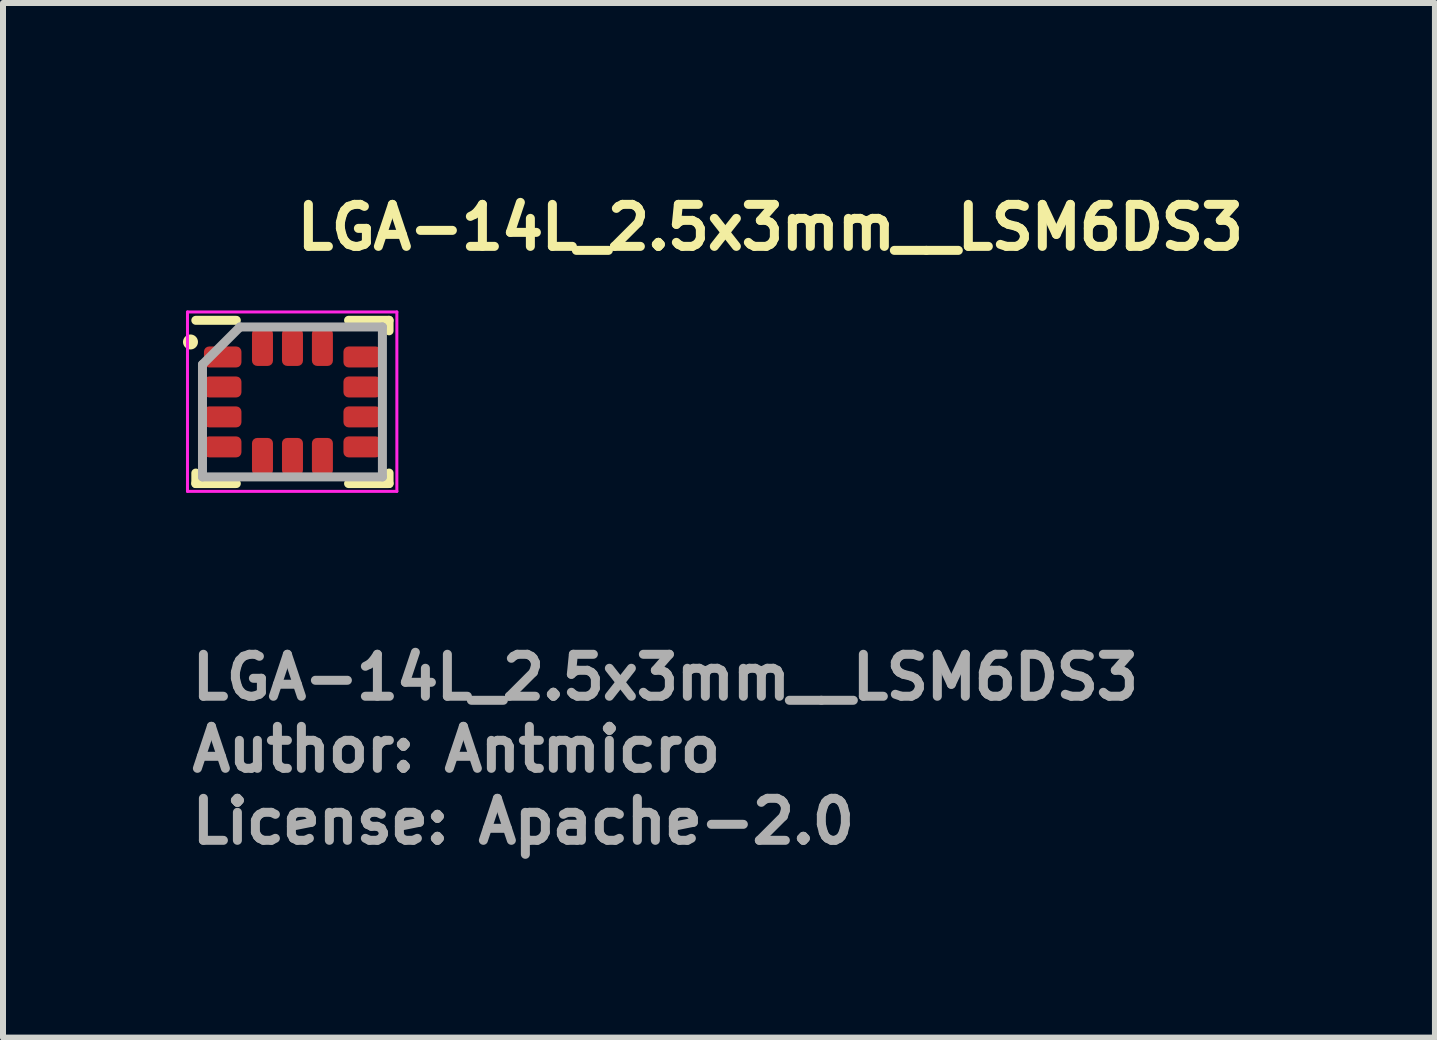
<source format=kicad_pcb>
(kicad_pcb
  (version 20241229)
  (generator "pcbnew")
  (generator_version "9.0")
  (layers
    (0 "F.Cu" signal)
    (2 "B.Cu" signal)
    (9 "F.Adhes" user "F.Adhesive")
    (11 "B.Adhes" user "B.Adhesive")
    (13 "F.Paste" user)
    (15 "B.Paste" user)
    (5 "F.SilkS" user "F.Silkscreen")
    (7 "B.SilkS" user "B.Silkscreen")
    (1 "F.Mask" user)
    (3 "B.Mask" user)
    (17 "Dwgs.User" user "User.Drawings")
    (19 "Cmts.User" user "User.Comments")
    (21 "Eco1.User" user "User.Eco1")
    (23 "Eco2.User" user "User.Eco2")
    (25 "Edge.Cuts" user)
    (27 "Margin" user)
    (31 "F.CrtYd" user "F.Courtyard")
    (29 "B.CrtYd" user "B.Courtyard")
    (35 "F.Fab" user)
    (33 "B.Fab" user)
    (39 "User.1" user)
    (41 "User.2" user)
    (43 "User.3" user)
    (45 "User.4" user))
  (footprint "LGA-14L_2.5x3mm__LSM6DS3"
    (layer "F.Cu")
    (at 1.825 3.65)
    (property "Reference" "LGA-14L_2.5x3mm__LSM6DS3" (at 0 -2.5 0) (layer "F.SilkS") (effects (font (size 0.7 0.7) (thickness 0.15)) (justify left bottom)))
    (attr smd)
    (fp_line (start -1.611 1.36) (end -1.611 1.185) (stroke (width 0.15) (type solid)) (layer "F.SilkS"))
    (fp_line (start -0.936 -1.361) (end -1.611 -1.361) (stroke (width 0.15) (type solid)) (layer "F.SilkS"))
    (fp_line (start -0.936 1.36) (end -1.611 1.36) (stroke (width 0.15) (type solid)) (layer "F.SilkS"))
    (fp_line (start 0.935 -1.361) (end 1.61 -1.361) (stroke (width 0.15) (type solid)) (layer "F.SilkS"))
    (fp_line (start 0.935 1.36) (end 1.61 1.36) (stroke (width 0.15) (type solid)) (layer "F.SilkS"))
    (fp_line (start 1.61 -1.361) (end 1.61 -1.186) (stroke (width 0.15) (type solid)) (layer "F.SilkS"))
    (fp_line (start 1.61 1.36) (end 1.61 1.185) (stroke (width 0.15) (type solid)) (layer "F.SilkS"))
    (fp_circle (center -1.7 -1) (end -1.65 -1) (stroke (width 0.15) (type solid)) (fill yes) (layer "F.SilkS"))
    (fp_line (start -1.75 -1.5) (end -1.75 1.49) (stroke (width 0.05) (type solid)) (layer "F.CrtYd"))
    (fp_line (start -1.75 1.49) (end 1.74 1.49) (stroke (width 0.05) (type solid)) (layer "F.CrtYd"))
    (fp_line (start 1.74 -1.5) (end -1.75 -1.5) (stroke (width 0.05) (type solid)) (layer "F.CrtYd"))
    (fp_line (start 1.74 1.49) (end 1.74 -1.5) (stroke (width 0.05) (type solid)) (layer "F.CrtYd"))
    (fp_line (start -1.5 -0.625) (end -0.875 -1.25) (stroke (width 0.15) (type solid)) (layer "F.Fab"))
    (fp_line (start -1.5 1.249) (end -1.5 -0.625) (stroke (width 0.15) (type solid)) (layer "F.Fab"))
    (fp_line (start -0.875 -1.25) (end 1.499 -1.25) (stroke (width 0.15) (type solid)) (layer "F.Fab"))
    (fp_line (start 1.499 -1.25) (end 1.499 1.249) (stroke (width 0.15) (type solid)) (layer "F.Fab"))
    (fp_line (start 1.499 1.249) (end -1.5 1.249) (stroke (width 0.15) (type solid)) (layer "F.Fab"))
    (fp_line (start -1.5 -1.2) (end -1.5 1.2) (stroke (width 0.01) (type solid)) (layer "User.9"))
    (fp_line (start -1.5 1.2) (end -1.5 1.203) (stroke (width 0.01) (type solid)) (layer "User.9"))
    (fp_line (start -1.5 -1.203) (end -1.5 -1.2) (stroke (width 0.01) (type solid)) (layer "User.9"))
    (fp_line (start -1.5 1.203) (end -1.5 1.205) (stroke (width 0.01) (type solid)) (layer "User.9"))
    (fp_line (start -1.5 -1.205) (end -1.5 -1.203) (stroke (width 0.01) (type solid)) (layer "User.9"))
    (fp_line (start -1.5 1.205) (end -1.499 1.208) (stroke (width 0.01) (type solid)) (layer "User.9"))
    (fp_line (start -1.499 -1.208) (end -1.5 -1.205) (stroke (width 0.01) (type solid)) (layer "User.9"))
    (fp_line (start -1.499 1.208) (end -1.499 1.21) (stroke (width 0.01) (type solid)) (layer "User.9"))
    (fp_line (start -1.499 -1.21) (end -1.499 -1.208) (stroke (width 0.01) (type solid)) (layer "User.9"))
    (fp_line (start -1.499 1.21) (end -1.498 1.212) (stroke (width 0.01) (type solid)) (layer "User.9"))
    (fp_line (start -1.498 -1.212) (end -1.499 -1.21) (stroke (width 0.01) (type solid)) (layer "User.9"))
    (fp_line (start -1.498 1.212) (end -1.498 1.215) (stroke (width 0.01) (type solid)) (layer "User.9"))
    (fp_line (start -1.498 -1.215) (end -1.498 -1.212) (stroke (width 0.01) (type solid)) (layer "User.9"))
    (fp_line (start -1.498 1.215) (end -1.497 1.217) (stroke (width 0.01) (type solid)) (layer "User.9"))
    (fp_line (start -1.497 -1.217) (end -1.498 -1.215) (stroke (width 0.01) (type solid)) (layer "User.9"))
    (fp_line (start -1.497 1.217) (end -1.496 1.219) (stroke (width 0.01) (type solid)) (layer "User.9"))
    (fp_line (start -1.496 -1.219) (end -1.497 -1.217) (stroke (width 0.01) (type solid)) (layer "User.9"))
    (fp_line (start -1.496 1.219) (end -1.495 1.222) (stroke (width 0.01) (type solid)) (layer "User.9"))
    (fp_line (start -1.495 -1.222) (end -1.496 -1.219) (stroke (width 0.01) (type solid)) (layer "User.9"))
    (fp_line (start -1.495 1.222) (end -1.494 1.224) (stroke (width 0.01) (type solid)) (layer "User.9"))
    (fp_line (start -1.494 -1.224) (end -1.495 -1.222) (stroke (width 0.01) (type solid)) (layer "User.9"))
    (fp_line (start -1.494 1.224) (end -1.493 1.226) (stroke (width 0.01) (type solid)) (layer "User.9"))
    (fp_line (start -1.493 -1.226) (end -1.494 -1.224) (stroke (width 0.01) (type solid)) (layer "User.9"))
    (fp_line (start -1.493 1.226) (end -1.491 1.228) (stroke (width 0.01) (type solid)) (layer "User.9"))
    (fp_line (start -1.491 -1.228) (end -1.493 -1.226) (stroke (width 0.01) (type solid)) (layer "User.9"))
    (fp_line (start -1.491 1.228) (end -1.49 1.23) (stroke (width 0.01) (type solid)) (layer "User.9"))
    (fp_line (start -1.49 -1.23) (end -1.491 -1.228) (stroke (width 0.01) (type solid)) (layer "User.9"))
    (fp_line (start -1.49 1.23) (end -1.489 1.232) (stroke (width 0.01) (type solid)) (layer "User.9"))
    (fp_line (start -1.489 -1.232) (end -1.49 -1.23) (stroke (width 0.01) (type solid)) (layer "User.9"))
    (fp_line (start -1.489 1.232) (end -1.487 1.234) (stroke (width 0.01) (type solid)) (layer "User.9"))
    (fp_line (start -1.487 -1.234) (end -1.489 -1.232) (stroke (width 0.01) (type solid)) (layer "User.9"))
    (fp_line (start -1.487 1.234) (end -1.485 1.235) (stroke (width 0.01) (type solid)) (layer "User.9"))
    (fp_line (start -1.485 -1.235) (end -1.487 -1.234) (stroke (width 0.01) (type solid)) (layer "User.9"))
    (fp_line (start -1.485 1.235) (end -1.484 1.237) (stroke (width 0.01) (type solid)) (layer "User.9"))
    (fp_line (start -1.484 -1.237) (end -1.485 -1.235) (stroke (width 0.01) (type solid)) (layer "User.9"))
    (fp_line (start -1.484 1.237) (end -1.482 1.239) (stroke (width 0.01) (type solid)) (layer "User.9"))
    (fp_line (start -1.482 -1.239) (end -1.484 -1.237) (stroke (width 0.01) (type solid)) (layer "User.9"))
    (fp_line (start -1.482 1.239) (end -1.48 1.24) (stroke (width 0.01) (type solid)) (layer "User.9"))
    (fp_line (start -1.48 -1.24) (end -1.482 -1.239) (stroke (width 0.01) (type solid)) (layer "User.9"))
    (fp_line (start -1.48 1.24) (end -1.478 1.241) (stroke (width 0.01) (type solid)) (layer "User.9"))
    (fp_line (start -1.478 -1.241) (end -1.48 -1.24) (stroke (width 0.01) (type solid)) (layer "User.9"))
    (fp_line (start -1.478 1.241) (end -1.476 1.243) (stroke (width 0.01) (type solid)) (layer "User.9"))
    (fp_line (start -1.476 -1.243) (end -1.478 -1.241) (stroke (width 0.01) (type solid)) (layer "User.9"))
    (fp_line (start -1.476 1.243) (end -1.474 1.244) (stroke (width 0.01) (type solid)) (layer "User.9"))
    (fp_line (start -1.474 -1.244) (end -1.476 -1.243) (stroke (width 0.01) (type solid)) (layer "User.9"))
    (fp_line (start -1.474 1.244) (end -1.472 1.245) (stroke (width 0.01) (type solid)) (layer "User.9"))
    (fp_line (start -1.472 -1.245) (end -1.474 -1.244) (stroke (width 0.01) (type solid)) (layer "User.9"))
    (fp_line (start -1.472 1.245) (end -1.469 1.246) (stroke (width 0.01) (type solid)) (layer "User.9"))
    (fp_line (start -1.469 -1.246) (end -1.472 -1.245) (stroke (width 0.01) (type solid)) (layer "User.9"))
    (fp_line (start -1.469 1.246) (end -1.467 1.247) (stroke (width 0.01) (type solid)) (layer "User.9"))
    (fp_line (start -1.467 -1.247) (end -1.469 -1.246) (stroke (width 0.01) (type solid)) (layer "User.9"))
    (fp_line (start -1.467 1.247) (end -1.465 1.248) (stroke (width 0.01) (type solid)) (layer "User.9"))
    (fp_line (start -1.465 -1.248) (end -1.467 -1.247) (stroke (width 0.01) (type solid)) (layer "User.9"))
    (fp_line (start -1.465 1.248) (end -1.462 1.248) (stroke (width 0.01) (type solid)) (layer "User.9"))
    (fp_line (start -1.462 -1.248) (end -1.465 -1.248) (stroke (width 0.01) (type solid)) (layer "User.9"))
    (fp_line (start -1.462 1.248) (end -1.46 1.249) (stroke (width 0.01) (type solid)) (layer "User.9"))
    (fp_line (start -1.46 -1.249) (end -1.462 -1.248) (stroke (width 0.01) (type solid)) (layer "User.9"))
    (fp_line (start -1.46 1.249) (end -1.458 1.249) (stroke (width 0.01) (type solid)) (layer "User.9"))
    (fp_line (start -1.458 -1.249) (end -1.46 -1.249) (stroke (width 0.01) (type solid)) (layer "User.9"))
    (fp_line (start -1.458 1.249) (end -1.455 1.25) (stroke (width 0.01) (type solid)) (layer "User.9"))
    (fp_line (start -1.455 -1.25) (end -1.458 -1.249) (stroke (width 0.01) (type solid)) (layer "User.9"))
    (fp_line (start -1.455 1.25) (end -1.453 1.25) (stroke (width 0.01) (type solid)) (layer "User.9"))
    (fp_line (start -1.453 -1.25) (end -1.455 -1.25) (stroke (width 0.01) (type solid)) (layer "User.9"))
    (fp_line (start -1.453 1.25) (end -1.45 1.25) (stroke (width 0.01) (type solid)) (layer "User.9"))
    (fp_line (start -1.45 -1.25) (end -1.453 -1.25) (stroke (width 0.01) (type solid)) (layer "User.9"))
    (fp_line (start -1.45 1.25) (end 1.45 1.25) (stroke (width 0.01) (type solid)) (layer "User.9"))
    (fp_line (start -1.1 -0.75) (end -1.1 -0.75) (stroke (width 0.01) (type solid)) (layer "User.9"))
    (fp_line (start -1.1 -0.75) (end -1.1 -0.743) (stroke (width 0.01) (type solid)) (layer "User.9"))
    (fp_line (start -1.1 -0.757) (end -1.1 -0.75) (stroke (width 0.01) (type solid)) (layer "User.9"))
    (fp_line (start -1.1 -0.743) (end -1.099 -0.735) (stroke (width 0.01) (type solid)) (layer "User.9"))
    (fp_line (start -1.099 -0.765) (end -1.1 -0.757) (stroke (width 0.01) (type solid)) (layer "User.9"))
    (fp_line (start -1.099 -0.735) (end -1.098 -0.728) (stroke (width 0.01) (type solid)) (layer "User.9"))
    (fp_line (start -1.098 -0.772) (end -1.099 -0.765) (stroke (width 0.01) (type solid)) (layer "User.9"))
    (fp_line (start -1.098 -0.728) (end -1.097 -0.721) (stroke (width 0.01) (type solid)) (layer "User.9"))
    (fp_line (start -1.097 -0.779) (end -1.098 -0.772) (stroke (width 0.01) (type solid)) (layer "User.9"))
    (fp_line (start -1.097 -0.721) (end -1.095 -0.713) (stroke (width 0.01) (type solid)) (layer "User.9"))
    (fp_line (start -1.095 -0.787) (end -1.097 -0.779) (stroke (width 0.01) (type solid)) (layer "User.9"))
    (fp_line (start -1.095 -0.713) (end -1.094 -0.706) (stroke (width 0.01) (type solid)) (layer "User.9"))
    (fp_line (start -1.094 -0.794) (end -1.095 -0.787) (stroke (width 0.01) (type solid)) (layer "User.9"))
    (fp_line (start -1.094 -0.706) (end -1.091 -0.699) (stroke (width 0.01) (type solid)) (layer "User.9"))
    (fp_line (start -1.091 -0.801) (end -1.094 -0.794) (stroke (width 0.01) (type solid)) (layer "User.9"))
    (fp_line (start -1.091 -0.699) (end -1.089 -0.693) (stroke (width 0.01) (type solid)) (layer "User.9"))
    (fp_line (start -1.089 -0.807) (end -1.091 -0.801) (stroke (width 0.01) (type solid)) (layer "User.9"))
    (fp_line (start -1.089 -0.693) (end -1.086 -0.686) (stroke (width 0.01) (type solid)) (layer "User.9"))
    (fp_line (start -1.086 -0.814) (end -1.089 -0.807) (stroke (width 0.01) (type solid)) (layer "User.9"))
    (fp_line (start -1.086 -0.686) (end -1.082 -0.679) (stroke (width 0.01) (type solid)) (layer "User.9"))
    (fp_line (start -1.082 -0.821) (end -1.086 -0.814) (stroke (width 0.01) (type solid)) (layer "User.9"))
    (fp_line (start -1.082 -0.679) (end -1.079 -0.673) (stroke (width 0.01) (type solid)) (layer "User.9"))
    (fp_line (start -1.079 -0.827) (end -1.082 -0.821) (stroke (width 0.01) (type solid)) (layer "User.9"))
    (fp_line (start -1.079 -0.673) (end -1.075 -0.667) (stroke (width 0.01) (type solid)) (layer "User.9"))
    (fp_line (start -1.075 -0.833) (end -1.079 -0.827) (stroke (width 0.01) (type solid)) (layer "User.9"))
    (fp_line (start -1.075 -0.667) (end -1.071 -0.661) (stroke (width 0.01) (type solid)) (layer "User.9"))
    (fp_line (start -1.071 -0.839) (end -1.075 -0.833) (stroke (width 0.01) (type solid)) (layer "User.9"))
    (fp_line (start -1.071 -0.661) (end -1.066 -0.655) (stroke (width 0.01) (type solid)) (layer "User.9"))
    (fp_line (start -1.066 -0.845) (end -1.071 -0.839) (stroke (width 0.01) (type solid)) (layer "User.9"))
    (fp_line (start -1.066 -0.655) (end -1.061 -0.649) (stroke (width 0.01) (type solid)) (layer "User.9"))
    (fp_line (start -1.061 -0.851) (end -1.066 -0.845) (stroke (width 0.01) (type solid)) (layer "User.9"))
    (fp_line (start -1.061 -0.649) (end -1.056 -0.644) (stroke (width 0.01) (type solid)) (layer "User.9"))
    (fp_line (start -1.056 -0.856) (end -1.061 -0.851) (stroke (width 0.01) (type solid)) (layer "User.9"))
    (fp_line (start -1.056 -0.856) (end -1.056 -0.856) (stroke (width 0.01) (type solid)) (layer "User.9"))
    (fp_line (start -1.056 -0.644) (end -1.056 -0.644) (stroke (width 0.01) (type solid)) (layer "User.9"))
    (fp_line (start -1.056 -0.644) (end -1.051 -0.639) (stroke (width 0.01) (type solid)) (layer "User.9"))
    (fp_line (start -1.051 -0.639) (end -1.045 -0.634) (stroke (width 0.01) (type solid)) (layer "User.9"))
    (fp_line (start -1.051 -0.861) (end -1.056 -0.856) (stroke (width 0.01) (type solid)) (layer "User.9"))
    (fp_line (start -1.045 -0.634) (end -1.039 -0.629) (stroke (width 0.01) (type solid)) (layer "User.9"))
    (fp_line (start -1.045 -0.866) (end -1.051 -0.861) (stroke (width 0.01) (type solid)) (layer "User.9"))
    (fp_line (start -1.039 -0.871) (end -1.045 -0.866) (stroke (width 0.01) (type solid)) (layer "User.9"))
    (fp_line (start -1.039 -0.629) (end -1.033 -0.625) (stroke (width 0.01) (type solid)) (layer "User.9"))
    (fp_line (start -1.033 -0.875) (end -1.039 -0.871) (stroke (width 0.01) (type solid)) (layer "User.9"))
    (fp_line (start -1.033 -0.625) (end -1.027 -0.621) (stroke (width 0.01) (type solid)) (layer "User.9"))
    (fp_line (start -1.027 -0.879) (end -1.033 -0.875) (stroke (width 0.01) (type solid)) (layer "User.9"))
    (fp_line (start -1.027 -0.621) (end -1.021 -0.618) (stroke (width 0.01) (type solid)) (layer "User.9"))
    (fp_line (start -1.021 -0.882) (end -1.027 -0.879) (stroke (width 0.01) (type solid)) (layer "User.9"))
    (fp_line (start -1.021 -0.618) (end -1.014 -0.614) (stroke (width 0.01) (type solid)) (layer "User.9"))
    (fp_line (start -1.014 -0.886) (end -1.021 -0.882) (stroke (width 0.01) (type solid)) (layer "User.9"))
    (fp_line (start -1.014 -0.614) (end -1.007 -0.611) (stroke (width 0.01) (type solid)) (layer "User.9"))
    (fp_line (start -1.007 -0.889) (end -1.014 -0.886) (stroke (width 0.01) (type solid)) (layer "User.9"))
    (fp_line (start -1.007 -0.611) (end -1 -0.609) (stroke (width 0.01) (type solid)) (layer "User.9"))
    (fp_line (start -1.001 -0.891) (end -1.007 -0.889) (stroke (width 0.01) (type solid)) (layer "User.9"))
    (fp_line (start -1 -0.609) (end -0.993 -0.606) (stroke (width 0.01) (type solid)) (layer "User.9"))
    (fp_line (start -0.994 -0.894) (end -1.001 -0.891) (stroke (width 0.01) (type solid)) (layer "User.9"))
    (fp_line (start -0.993 -0.606) (end -0.986 -0.604) (stroke (width 0.01) (type solid)) (layer "User.9"))
    (fp_line (start -0.987 -0.895) (end -0.994 -0.894) (stroke (width 0.01) (type solid)) (layer "User.9"))
    (fp_line (start -0.986 -0.604) (end -0.979 -0.603) (stroke (width 0.01) (type solid)) (layer "User.9"))
    (fp_line (start -0.979 -0.897) (end -0.987 -0.895) (stroke (width 0.01) (type solid)) (layer "User.9"))
    (fp_line (start -0.979 -0.603) (end -0.972 -0.602) (stroke (width 0.01) (type solid)) (layer "User.9"))
    (fp_line (start -0.972 -0.898) (end -0.979 -0.897) (stroke (width 0.01) (type solid)) (layer "User.9"))
    (fp_line (start -0.972 -0.602) (end -0.965 -0.601) (stroke (width 0.01) (type solid)) (layer "User.9"))
    (fp_line (start -0.965 -0.899) (end -0.972 -0.898) (stroke (width 0.01) (type solid)) (layer "User.9"))
    (fp_line (start -0.965 -0.601) (end -0.957 -0.6) (stroke (width 0.01) (type solid)) (layer "User.9"))
    (fp_line (start -0.957 -0.9) (end -0.965 -0.899) (stroke (width 0.01) (type solid)) (layer "User.9"))
    (fp_line (start -0.957 -0.6) (end -0.95 -0.6) (stroke (width 0.01) (type solid)) (layer "User.9"))
    (fp_line (start -0.95 -0.9) (end -0.957 -0.9) (stroke (width 0.01) (type solid)) (layer "User.9"))
    (fp_line (start -0.95 -0.751) (end -0.95 -0.749) (stroke (width 0.01) (type solid)) (layer "User.9"))
    (fp_line (start -0.95 -0.749) (end -0.95 -0.749) (stroke (width 0.01) (type solid)) (layer "User.9"))
    (fp_line (start -0.95 -0.6) (end -0.942 -0.6) (stroke (width 0.01) (type solid)) (layer "User.9"))
    (fp_line (start -0.95 -0.751) (end -0.95 -0.751) (stroke (width 0.01) (type solid)) (layer "User.9"))
    (fp_line (start -0.95 -0.749) (end -0.95 -0.749) (stroke (width 0.01) (type solid)) (layer "User.9"))
    (fp_line (start -0.95 -0.751) (end -0.95 -0.751) (stroke (width 0.01) (type solid)) (layer "User.9"))
    (fp_line (start -0.95 -0.749) (end -0.95 -0.749) (stroke (width 0.01) (type solid)) (layer "User.9"))
    (fp_line (start -0.95 -0.751) (end -0.95 -0.751) (stroke (width 0.01) (type solid)) (layer "User.9"))
    (fp_line (start -0.95 -0.749) (end -0.95 -0.749) (stroke (width 0.01) (type solid)) (layer "User.9"))
    (fp_line (start -0.95 -0.751) (end -0.95 -0.751) (stroke (width 0.01) (type solid)) (layer "User.9"))
    (fp_line (start -0.95 -0.749) (end -0.949 -0.749) (stroke (width 0.01) (type solid)) (layer "User.9"))
    (fp_line (start -0.949 -0.751) (end -0.95 -0.751) (stroke (width 0.01) (type solid)) (layer "User.9"))
    (fp_line (start -0.949 -0.749) (end -0.949 -0.749) (stroke (width 0.01) (type solid)) (layer "User.9"))
    (fp_line (start -0.949 -0.751) (end -0.949 -0.751) (stroke (width 0.01) (type solid)) (layer "User.9"))
    (fp_line (start -0.949 -0.749) (end -0.949 -0.749) (stroke (width 0.01) (type solid)) (layer "User.9"))
    (fp_line (start -0.949 -0.751) (end -0.949 -0.751) (stroke (width 0.01) (type solid)) (layer "User.9"))
    (fp_line (start -0.949 -0.749) (end -0.949 -0.75) (stroke (width 0.01) (type solid)) (layer "User.9"))
    (fp_line (start -0.949 -0.751) (end -0.949 -0.751) (stroke (width 0.01) (type solid)) (layer "User.9"))
    (fp_line (start -0.949 -0.75) (end -0.949 -0.75) (stroke (width 0.01) (type solid)) (layer "User.9"))
    (fp_line (start -0.949 -0.75) (end -0.949 -0.751) (stroke (width 0.01) (type solid)) (layer "User.9"))
    (fp_line (start -0.949 -0.75) (end -0.949 -0.75) (stroke (width 0.01) (type solid)) (layer "User.9"))
    (fp_line (start -0.949 -0.75) (end -0.949 -0.75) (stroke (width 0.01) (type solid)) (layer "User.9"))
    (fp_line (start -0.949 -0.75) (end -0.949 -0.75) (stroke (width 0.01) (type solid)) (layer "User.9"))
    (fp_line (start -0.949 -0.75) (end -0.949 -0.75) (stroke (width 0.01) (type solid)) (layer "User.9"))
    (fp_line (start -0.949 -0.75) (end -0.949 -0.75) (stroke (width 0.01) (type solid)) (layer "User.9"))
    (fp_line (start -0.949 -0.75) (end -0.949 -0.75) (stroke (width 0.01) (type solid)) (layer "User.9"))
    (fp_line (start -0.949 -0.75) (end -0.949 -0.75) (stroke (width 0.01) (type solid)) (layer "User.9"))
    (fp_line (start -0.949 -0.75) (end -0.949 -0.75) (stroke (width 0.01) (type solid)) (layer "User.9"))
    (fp_line (start -0.949 -0.75) (end -0.949 -0.75) (stroke (width 0.01) (type solid)) (layer "User.9"))
    (fp_line (start -0.949 -0.75) (end -0.949 -0.75) (stroke (width 0.01) (type solid)) (layer "User.9"))
    (fp_line (start -0.949 -0.75) (end -0.949 -0.75) (stroke (width 0.01) (type solid)) (layer "User.9"))
    (fp_line (start -0.949 -0.75) (end -0.949 -0.75) (stroke (width 0.01) (type solid)) (layer "User.9"))
    (fp_line (start -0.949 -0.75) (end -0.949 -0.75) (stroke (width 0.01) (type solid)) (layer "User.9"))
    (fp_line (start -0.949 -0.75) (end -0.949 -0.75) (stroke (width 0.01) (type solid)) (layer "User.9"))
    (fp_line (start -0.943 -0.9) (end -0.95 -0.9) (stroke (width 0.01) (type solid)) (layer "User.9"))
    (fp_line (start -0.942 -0.6) (end -0.935 -0.601) (stroke (width 0.01) (type solid)) (layer "User.9"))
    (fp_line (start -0.935 -0.899) (end -0.943 -0.9) (stroke (width 0.01) (type solid)) (layer "User.9"))
    (fp_line (start -0.935 -0.601) (end -0.928 -0.602) (stroke (width 0.01) (type solid)) (layer "User.9"))
    (fp_line (start -0.928 -0.898) (end -0.935 -0.899) (stroke (width 0.01) (type solid)) (layer "User.9"))
    (fp_line (start -0.928 -0.602) (end -0.92 -0.603) (stroke (width 0.01) (type solid)) (layer "User.9"))
    (fp_line (start -0.921 -0.897) (end -0.928 -0.898) (stroke (width 0.01) (type solid)) (layer "User.9"))
    (fp_line (start -0.92 -0.603) (end -0.913 -0.605) (stroke (width 0.01) (type solid)) (layer "User.9"))
    (fp_line (start -0.913 -0.895) (end -0.921 -0.897) (stroke (width 0.01) (type solid)) (layer "User.9"))
    (fp_line (start -0.913 -0.605) (end -0.906 -0.607) (stroke (width 0.01) (type solid)) (layer "User.9"))
    (fp_line (start -0.906 -0.894) (end -0.913 -0.895) (stroke (width 0.01) (type solid)) (layer "User.9"))
    (fp_line (start -0.906 -0.607) (end -0.899 -0.609) (stroke (width 0.01) (type solid)) (layer "User.9"))
    (fp_line (start -0.899 -0.891) (end -0.906 -0.894) (stroke (width 0.01) (type solid)) (layer "User.9"))
    (fp_line (start -0.899 -0.609) (end -0.892 -0.611) (stroke (width 0.01) (type solid)) (layer "User.9"))
    (fp_line (start -0.893 -0.889) (end -0.899 -0.891) (stroke (width 0.01) (type solid)) (layer "User.9"))
    (fp_line (start -0.892 -0.611) (end -0.886 -0.614) (stroke (width 0.01) (type solid)) (layer "User.9"))
    (fp_line (start -0.886 -0.886) (end -0.893 -0.889) (stroke (width 0.01) (type solid)) (layer "User.9"))
    (fp_line (start -0.886 -0.614) (end -0.879 -0.618) (stroke (width 0.01) (type solid)) (layer "User.9"))
    (fp_line (start -0.879 -0.882) (end -0.886 -0.886) (stroke (width 0.01) (type solid)) (layer "User.9"))
    (fp_line (start -0.879 -0.618) (end -0.873 -0.621) (stroke (width 0.01) (type solid)) (layer "User.9"))
    (fp_line (start -0.873 -0.879) (end -0.879 -0.882) (stroke (width 0.01) (type solid)) (layer "User.9"))
    (fp_line (start -0.873 -0.621) (end -0.867 -0.625) (stroke (width 0.01) (type solid)) (layer "User.9"))
    (fp_line (start -0.867 -0.875) (end -0.873 -0.879) (stroke (width 0.01) (type solid)) (layer "User.9"))
    (fp_line (start -0.867 -0.625) (end -0.861 -0.629) (stroke (width 0.01) (type solid)) (layer "User.9"))
    (fp_line (start -0.861 -0.871) (end -0.867 -0.875) (stroke (width 0.01) (type solid)) (layer "User.9"))
    (fp_line (start -0.861 -0.629) (end -0.855 -0.634) (stroke (width 0.01) (type solid)) (layer "User.9"))
    (fp_line (start -0.855 -0.866) (end -0.861 -0.871) (stroke (width 0.01) (type solid)) (layer "User.9"))
    (fp_line (start -0.855 -0.634) (end -0.849 -0.639) (stroke (width 0.01) (type solid)) (layer "User.9"))
    (fp_line (start -0.849 -0.639) (end -0.844 -0.644) (stroke (width 0.01) (type solid)) (layer "User.9"))
    (fp_line (start -0.849 -0.861) (end -0.855 -0.866) (stroke (width 0.01) (type solid)) (layer "User.9"))
    (fp_line (start -0.844 -0.856) (end -0.849 -0.861) (stroke (width 0.01) (type solid)) (layer "User.9"))
    (fp_line (start -0.844 -0.856) (end -0.844 -0.856) (stroke (width 0.01) (type solid)) (layer "User.9"))
    (fp_line (start -0.844 -0.644) (end -0.844 -0.644) (stroke (width 0.01) (type solid)) (layer "User.9"))
    (fp_line (start -0.844 -0.644) (end -0.839 -0.649) (stroke (width 0.01) (type solid)) (layer "User.9"))
    (fp_line (start -0.839 -0.851) (end -0.844 -0.856) (stroke (width 0.01) (type solid)) (layer "User.9"))
    (fp_line (start -0.839 -0.649) (end -0.834 -0.655) (stroke (width 0.01) (type solid)) (layer "User.9"))
    (fp_line (start -0.834 -0.845) (end -0.839 -0.851) (stroke (width 0.01) (type solid)) (layer "User.9"))
    (fp_line (start -0.834 -0.655) (end -0.829 -0.661) (stroke (width 0.01) (type solid)) (layer "User.9"))
    (fp_line (start -0.829 -0.839) (end -0.834 -0.845) (stroke (width 0.01) (type solid)) (layer "User.9"))
    (fp_line (start -0.829 -0.661) (end -0.825 -0.667) (stroke (width 0.01) (type solid)) (layer "User.9"))
    (fp_line (start -0.825 -0.833) (end -0.829 -0.839) (stroke (width 0.01) (type solid)) (layer "User.9"))
    (fp_line (start -0.825 -0.667) (end -0.821 -0.673) (stroke (width 0.01) (type solid)) (layer "User.9"))
    (fp_line (start -0.821 -0.827) (end -0.825 -0.833) (stroke (width 0.01) (type solid)) (layer "User.9"))
    (fp_line (start -0.821 -0.673) (end -0.818 -0.679) (stroke (width 0.01) (type solid)) (layer "User.9"))
    (fp_line (start -0.818 -0.821) (end -0.821 -0.827) (stroke (width 0.01) (type solid)) (layer "User.9"))
    (fp_line (start -0.818 -0.679) (end -0.814 -0.686) (stroke (width 0.01) (type solid)) (layer "User.9"))
    (fp_line (start -0.814 -0.814) (end -0.818 -0.821) (stroke (width 0.01) (type solid)) (layer "User.9"))
    (fp_line (start -0.814 -0.686) (end -0.811 -0.693) (stroke (width 0.01) (type solid)) (layer "User.9"))
    (fp_line (start -0.811 -0.807) (end -0.814 -0.814) (stroke (width 0.01) (type solid)) (layer "User.9"))
    (fp_line (start -0.811 -0.693) (end -0.809 -0.699) (stroke (width 0.01) (type solid)) (layer "User.9"))
    (fp_line (start -0.809 -0.801) (end -0.811 -0.807) (stroke (width 0.01) (type solid)) (layer "User.9"))
    (fp_line (start -0.809 -0.699) (end -0.806 -0.706) (stroke (width 0.01) (type solid)) (layer "User.9"))
    (fp_line (start -0.806 -0.794) (end -0.809 -0.801) (stroke (width 0.01) (type solid)) (layer "User.9"))
    (fp_line (start -0.806 -0.706) (end -0.805 -0.713) (stroke (width 0.01) (type solid)) (layer "User.9"))
    (fp_line (start -0.805 -0.787) (end -0.806 -0.794) (stroke (width 0.01) (type solid)) (layer "User.9"))
    (fp_line (start -0.805 -0.713) (end -0.803 -0.721) (stroke (width 0.01) (type solid)) (layer "User.9"))
    (fp_line (start -0.803 -0.779) (end -0.805 -0.787) (stroke (width 0.01) (type solid)) (layer "User.9"))
    (fp_line (start -0.803 -0.721) (end -0.802 -0.728) (stroke (width 0.01) (type solid)) (layer "User.9"))
    (fp_line (start -0.802 -0.772) (end -0.803 -0.779) (stroke (width 0.01) (type solid)) (layer "User.9"))
    (fp_line (start -0.802 -0.728) (end -0.801 -0.735) (stroke (width 0.01) (type solid)) (layer "User.9"))
    (fp_line (start -0.801 -0.765) (end -0.802 -0.772) (stroke (width 0.01) (type solid)) (layer "User.9"))
    (fp_line (start -0.801 -0.735) (end -0.8 -0.743) (stroke (width 0.01) (type solid)) (layer "User.9"))
    (fp_line (start -0.8 -0.757) (end -0.801 -0.765) (stroke (width 0.01) (type solid)) (layer "User.9"))
    (fp_line (start -0.8 -0.743) (end -0.8 -0.75) (stroke (width 0.01) (type solid)) (layer "User.9"))
    (fp_line (start -0.8 -0.75) (end -0.8 -0.757) (stroke (width 0.01) (type solid)) (layer "User.9"))
    (fp_line (start -0.8 -0.75) (end -0.8 -0.75) (stroke (width 0.01) (type solid)) (layer "User.9"))
    (fp_line (start 1.45 -1.25) (end -1.45 -1.25) (stroke (width 0.01) (type solid)) (layer "User.9"))
    (fp_line (start 1.45 1.25) (end 1.453 1.25) (stroke (width 0.01) (type solid)) (layer "User.9"))
    (fp_line (start 1.453 -1.25) (end 1.45 -1.25) (stroke (width 0.01) (type solid)) (layer "User.9"))
    (fp_line (start 1.453 1.25) (end 1.455 1.25) (stroke (width 0.01) (type solid)) (layer "User.9"))
    (fp_line (start 1.455 -1.25) (end 1.453 -1.25) (stroke (width 0.01) (type solid)) (layer "User.9"))
    (fp_line (start 1.455 1.25) (end 1.458 1.249) (stroke (width 0.01) (type solid)) (layer "User.9"))
    (fp_line (start 1.458 -1.249) (end 1.455 -1.25) (stroke (width 0.01) (type solid)) (layer "User.9"))
    (fp_line (start 1.458 1.249) (end 1.46 1.249) (stroke (width 0.01) (type solid)) (layer "User.9"))
    (fp_line (start 1.46 -1.249) (end 1.458 -1.249) (stroke (width 0.01) (type solid)) (layer "User.9"))
    (fp_line (start 1.46 1.249) (end 1.462 1.248) (stroke (width 0.01) (type solid)) (layer "User.9"))
    (fp_line (start 1.462 -1.248) (end 1.46 -1.249) (stroke (width 0.01) (type solid)) (layer "User.9"))
    (fp_line (start 1.462 1.248) (end 1.465 1.248) (stroke (width 0.01) (type solid)) (layer "User.9"))
    (fp_line (start 1.465 -1.248) (end 1.462 -1.248) (stroke (width 0.01) (type solid)) (layer "User.9"))
    (fp_line (start 1.465 1.248) (end 1.467 1.247) (stroke (width 0.01) (type solid)) (layer "User.9"))
    (fp_line (start 1.467 -1.247) (end 1.465 -1.248) (stroke (width 0.01) (type solid)) (layer "User.9"))
    (fp_line (start 1.467 1.247) (end 1.469 1.246) (stroke (width 0.01) (type solid)) (layer "User.9"))
    (fp_line (start 1.469 -1.246) (end 1.467 -1.247) (stroke (width 0.01) (type solid)) (layer "User.9"))
    (fp_line (start 1.469 1.246) (end 1.472 1.245) (stroke (width 0.01) (type solid)) (layer "User.9"))
    (fp_line (start 1.472 -1.245) (end 1.469 -1.246) (stroke (width 0.01) (type solid)) (layer "User.9"))
    (fp_line (start 1.472 1.245) (end 1.474 1.244) (stroke (width 0.01) (type solid)) (layer "User.9"))
    (fp_line (start 1.474 -1.244) (end 1.472 -1.245) (stroke (width 0.01) (type solid)) (layer "User.9"))
    (fp_line (start 1.474 1.244) (end 1.476 1.243) (stroke (width 0.01) (type solid)) (layer "User.9"))
    (fp_line (start 1.476 -1.243) (end 1.474 -1.244) (stroke (width 0.01) (type solid)) (layer "User.9"))
    (fp_line (start 1.476 1.243) (end 1.478 1.241) (stroke (width 0.01) (type solid)) (layer "User.9"))
    (fp_line (start 1.478 -1.241) (end 1.476 -1.243) (stroke (width 0.01) (type solid)) (layer "User.9"))
    (fp_line (start 1.478 1.241) (end 1.48 1.24) (stroke (width 0.01) (type solid)) (layer "User.9"))
    (fp_line (start 1.48 -1.24) (end 1.478 -1.241) (stroke (width 0.01) (type solid)) (layer "User.9"))
    (fp_line (start 1.48 1.24) (end 1.482 1.239) (stroke (width 0.01) (type solid)) (layer "User.9"))
    (fp_line (start 1.482 -1.239) (end 1.48 -1.24) (stroke (width 0.01) (type solid)) (layer "User.9"))
    (fp_line (start 1.482 1.239) (end 1.484 1.237) (stroke (width 0.01) (type solid)) (layer "User.9"))
    (fp_line (start 1.484 -1.237) (end 1.482 -1.239) (stroke (width 0.01) (type solid)) (layer "User.9"))
    (fp_line (start 1.484 1.237) (end 1.485 1.235) (stroke (width 0.01) (type solid)) (layer "User.9"))
    (fp_line (start 1.485 -1.235) (end 1.484 -1.237) (stroke (width 0.01) (type solid)) (layer "User.9"))
    (fp_line (start 1.485 1.235) (end 1.487 1.234) (stroke (width 0.01) (type solid)) (layer "User.9"))
    (fp_line (start 1.487 -1.234) (end 1.485 -1.235) (stroke (width 0.01) (type solid)) (layer "User.9"))
    (fp_line (start 1.487 1.234) (end 1.489 1.232) (stroke (width 0.01) (type solid)) (layer "User.9"))
    (fp_line (start 1.489 -1.232) (end 1.487 -1.234) (stroke (width 0.01) (type solid)) (layer "User.9"))
    (fp_line (start 1.489 1.232) (end 1.49 1.23) (stroke (width 0.01) (type solid)) (layer "User.9"))
    (fp_line (start 1.49 -1.23) (end 1.489 -1.232) (stroke (width 0.01) (type solid)) (layer "User.9"))
    (fp_line (start 1.49 1.23) (end 1.491 1.228) (stroke (width 0.01) (type solid)) (layer "User.9"))
    (fp_line (start 1.491 -1.228) (end 1.49 -1.23) (stroke (width 0.01) (type solid)) (layer "User.9"))
    (fp_line (start 1.491 1.228) (end 1.493 1.226) (stroke (width 0.01) (type solid)) (layer "User.9"))
    (fp_line (start 1.493 -1.226) (end 1.491 -1.228) (stroke (width 0.01) (type solid)) (layer "User.9"))
    (fp_line (start 1.493 1.226) (end 1.494 1.224) (stroke (width 0.01) (type solid)) (layer "User.9"))
    (fp_line (start 1.494 -1.224) (end 1.493 -1.226) (stroke (width 0.01) (type solid)) (layer "User.9"))
    (fp_line (start 1.494 1.224) (end 1.495 1.222) (stroke (width 0.01) (type solid)) (layer "User.9"))
    (fp_line (start 1.495 -1.222) (end 1.494 -1.224) (stroke (width 0.01) (type solid)) (layer "User.9"))
    (fp_line (start 1.495 1.222) (end 1.496 1.219) (stroke (width 0.01) (type solid)) (layer "User.9"))
    (fp_line (start 1.496 -1.219) (end 1.495 -1.222) (stroke (width 0.01) (type solid)) (layer "User.9"))
    (fp_line (start 1.496 1.219) (end 1.497 1.217) (stroke (width 0.01) (type solid)) (layer "User.9"))
    (fp_line (start 1.497 -1.217) (end 1.496 -1.219) (stroke (width 0.01) (type solid)) (layer "User.9"))
    (fp_line (start 1.497 1.217) (end 1.498 1.215) (stroke (width 0.01) (type solid)) (layer "User.9"))
    (fp_line (start 1.498 -1.215) (end 1.497 -1.217) (stroke (width 0.01) (type solid)) (layer "User.9"))
    (fp_line (start 1.498 1.215) (end 1.498 1.212) (stroke (width 0.01) (type solid)) (layer "User.9"))
    (fp_line (start 1.498 -1.212) (end 1.498 -1.215) (stroke (width 0.01) (type solid)) (layer "User.9"))
    (fp_line (start 1.498 1.212) (end 1.499 1.21) (stroke (width 0.01) (type solid)) (layer "User.9"))
    (fp_line (start 1.499 -1.21) (end 1.498 -1.212) (stroke (width 0.01) (type solid)) (layer "User.9"))
    (fp_line (start 1.499 1.21) (end 1.499 1.208) (stroke (width 0.01) (type solid)) (layer "User.9"))
    (fp_line (start 1.499 -1.208) (end 1.499 -1.21) (stroke (width 0.01) (type solid)) (layer "User.9"))
    (fp_line (start 1.499 1.208) (end 1.5 1.205) (stroke (width 0.01) (type solid)) (layer "User.9"))
    (fp_line (start 1.5 -1.205) (end 1.499 -1.208) (stroke (width 0.01) (type solid)) (layer "User.9"))
    (fp_line (start 1.5 1.205) (end 1.5 1.203) (stroke (width 0.01) (type solid)) (layer "User.9"))
    (fp_line (start 1.5 -1.203) (end 1.5 -1.205) (stroke (width 0.01) (type solid)) (layer "User.9"))
    (fp_line (start 1.5 1.203) (end 1.5 1.2) (stroke (width 0.01) (type solid)) (layer "User.9"))
    (fp_line (start 1.5 -1.2) (end 1.5 -1.203) (stroke (width 0.01) (type solid)) (layer "User.9"))
    (fp_line (start 1.5 1.2) (end 1.5 -1.2) (stroke (width 0.01) (type solid)) (layer "User.9"))
    (fp_text user "License: Apache-2.0" (at -1.75 7.4 0) (layer "F.Fab") (effects (font (size 0.7 0.7) (thickness 0.15)) (justify left bottom)))
    (fp_text user "${REFERENCE}" (at -1.75 4.999 0) (layer "F.Fab") (effects (font (size 0.7 0.7) (thickness 0.15)) (justify left bottom)))
    (fp_text user "Author: Antmicro" (at -1.75 6.2 0) (layer "F.Fab") (effects (font (size 0.7 0.7) (thickness 0.15)) (justify left bottom)))
    (pad "1" smd roundrect (at -1.163 -0.75) (size 0.625 0.35) (layers "F.Cu" "F.Mask" "F.Paste") (roundrect_rratio 0.25))
    (pad "2" smd roundrect (at -1.163 -0.25) (size 0.625 0.35) (layers "F.Cu" "F.Mask" "F.Paste") (roundrect_rratio 0.25))
    (pad "3" smd roundrect (at -1.163 0.249) (size 0.625 0.35) (layers "F.Cu" "F.Mask" "F.Paste") (roundrect_rratio 0.25))
    (pad "4" smd roundrect (at -1.163 0.749) (size 0.625 0.35) (layers "F.Cu" "F.Mask" "F.Paste") (roundrect_rratio 0.25))
    (pad "5" smd roundrect (at -0.5 0.912) (size 0.35 0.625) (layers "F.Cu" "F.Mask" "F.Paste") (roundrect_rratio 0.25))
    (pad "6" smd roundrect (at 0 0.912) (size 0.35 0.625) (layers "F.Cu" "F.Mask" "F.Paste") (roundrect_rratio 0.25))
    (pad "7" smd roundrect (at 0.499 0.912) (size 0.35 0.625) (layers "F.Cu" "F.Mask" "F.Paste") (roundrect_rratio 0.25))
    (pad "8" smd roundrect (at 1.162 0.749) (size 0.625 0.35) (layers "F.Cu" "F.Mask" "F.Paste") (roundrect_rratio 0.25))
    (pad "9" smd roundrect (at 1.162 0.249) (size 0.625 0.35) (layers "F.Cu" "F.Mask" "F.Paste") (roundrect_rratio 0.25))
    (pad "10" smd roundrect (at 1.162 -0.25) (size 0.625 0.35) (layers "F.Cu" "F.Mask" "F.Paste") (roundrect_rratio 0.25))
    (pad "11" smd roundrect (at 1.162 -0.75) (size 0.625 0.35) (layers "F.Cu" "F.Mask" "F.Paste") (roundrect_rratio 0.25))
    (pad "12" smd roundrect (at 0.499 -0.913) (size 0.35 0.625) (layers "F.Cu" "F.Mask" "F.Paste") (roundrect_rratio 0.25))
    (pad "13" smd roundrect (at 0 -0.913) (size 0.35 0.625) (layers "F.Cu" "F.Mask" "F.Paste") (roundrect_rratio 0.25))
    (pad "14" smd roundrect (at -0.5 -0.913) (size 0.35 0.625) (layers "F.Cu" "F.Mask" "F.Paste") (roundrect_rratio 0.25)))
  (gr_rect
    (start -3 -3)
    (end 20.868 14.245)
    (stroke (width 0.1) (type default))
    (fill no)
    (layer "Edge.Cuts")))
</source>
